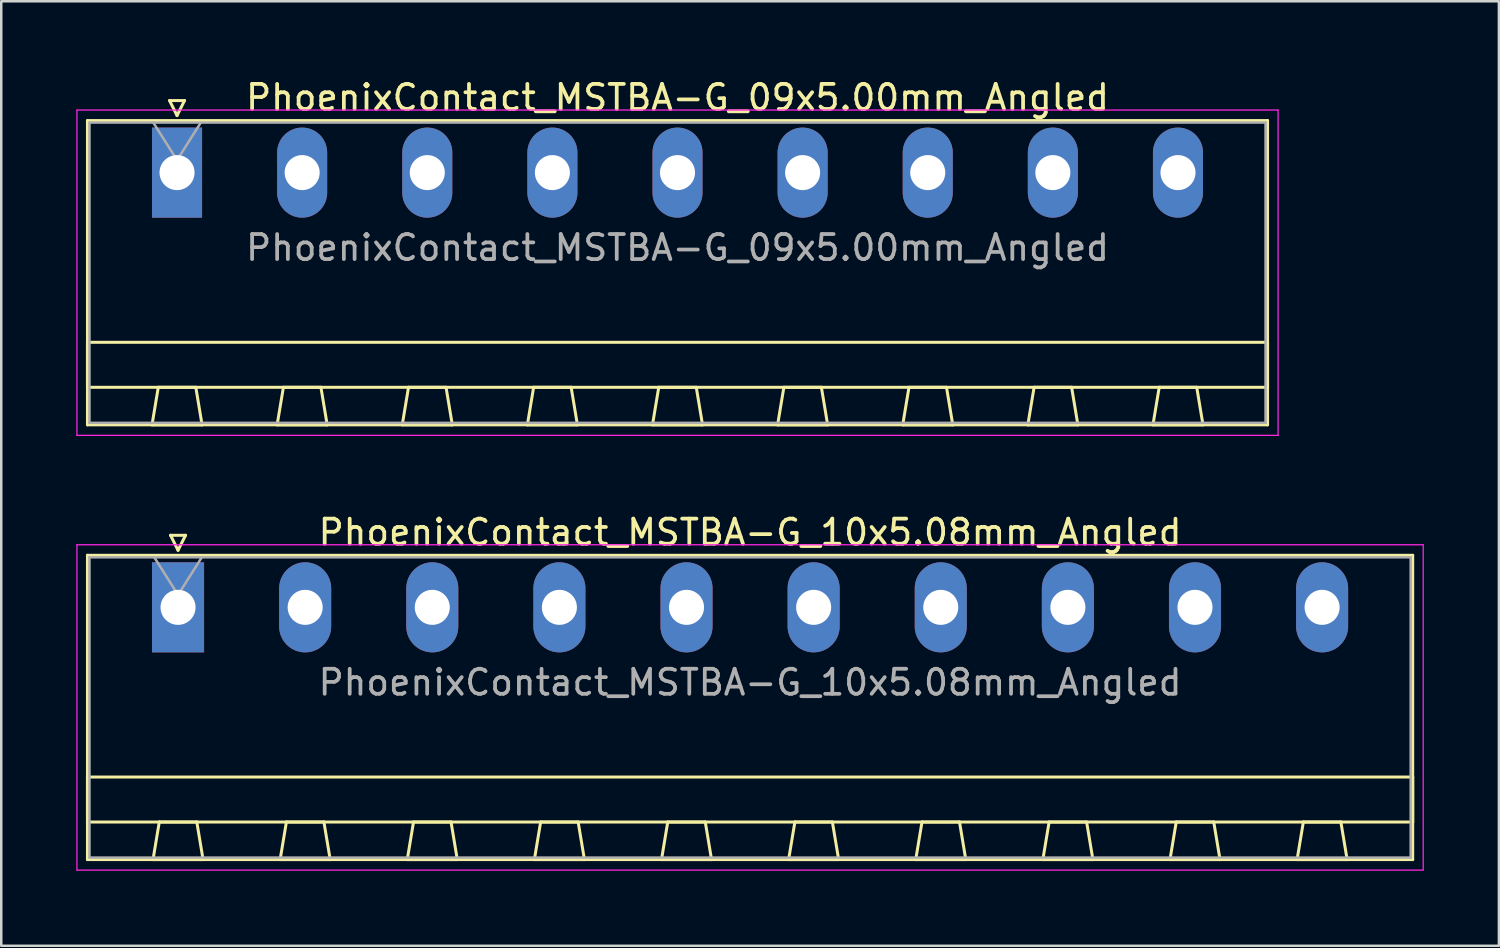
<source format=kicad_pcb>
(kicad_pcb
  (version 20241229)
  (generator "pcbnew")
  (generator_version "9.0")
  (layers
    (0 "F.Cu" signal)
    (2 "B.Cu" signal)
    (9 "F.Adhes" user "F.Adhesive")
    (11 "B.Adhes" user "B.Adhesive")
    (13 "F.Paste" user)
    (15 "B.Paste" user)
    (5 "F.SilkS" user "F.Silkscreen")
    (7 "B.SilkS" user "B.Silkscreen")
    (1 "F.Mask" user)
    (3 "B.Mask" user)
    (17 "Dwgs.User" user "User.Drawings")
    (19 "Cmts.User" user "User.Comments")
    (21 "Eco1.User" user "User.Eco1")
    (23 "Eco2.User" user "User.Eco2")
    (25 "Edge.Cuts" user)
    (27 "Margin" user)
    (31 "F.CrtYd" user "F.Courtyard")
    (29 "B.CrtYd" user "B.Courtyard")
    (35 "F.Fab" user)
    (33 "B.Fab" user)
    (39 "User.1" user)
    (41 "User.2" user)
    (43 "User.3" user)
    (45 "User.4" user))
  (footprint "PhoenixContact_MSTBA-G_09x5.00mm_Angled"
    (layer "F.Cu")
    (at 4.025 3.848)
    (property "Reference" "PhoenixContact_MSTBA-G_09x5.00mm_Angled" (at 20 -3 0) (layer "F.SilkS") (effects (font (size 1 1) (thickness 0.15))))
    (attr through_hole)
    (fp_line (start -3.58 -2.08) (end -3.58 10.08) (stroke (width 0.12) (type solid)) (layer "F.SilkS"))
    (fp_line (start -3.58 6.78) (end 43.58 6.78) (stroke (width 0.12) (type solid)) (layer "F.SilkS"))
    (fp_line (start -3.58 8.58) (end -3.58 6.78) (stroke (width 0.12) (type solid)) (layer "F.SilkS"))
    (fp_line (start -3.58 10.08) (end 43.58 10.08) (stroke (width 0.12) (type solid)) (layer "F.SilkS"))
    (fp_line (start -1 10.08) (end 1 10.08) (stroke (width 0.12) (type solid)) (layer "F.SilkS"))
    (fp_line (start -0.75 8.58) (end -1 10.08) (stroke (width 0.12) (type solid)) (layer "F.SilkS"))
    (fp_line (start -0.3 -2.88) (end 0.3 -2.88) (stroke (width 0.12) (type solid)) (layer "F.SilkS"))
    (fp_line (start 0 -2.28) (end -0.3 -2.88) (stroke (width 0.12) (type solid)) (layer "F.SilkS"))
    (fp_line (start 0.3 -2.88) (end 0 -2.28) (stroke (width 0.12) (type solid)) (layer "F.SilkS"))
    (fp_line (start 0.75 8.58) (end -0.75 8.58) (stroke (width 0.12) (type solid)) (layer "F.SilkS"))
    (fp_line (start 1 10.08) (end 0.75 8.58) (stroke (width 0.12) (type solid)) (layer "F.SilkS"))
    (fp_line (start 4 10.08) (end 6 10.08) (stroke (width 0.12) (type solid)) (layer "F.SilkS"))
    (fp_line (start 4.25 8.58) (end 4 10.08) (stroke (width 0.12) (type solid)) (layer "F.SilkS"))
    (fp_line (start 5.75 8.58) (end 4.25 8.58) (stroke (width 0.12) (type solid)) (layer "F.SilkS"))
    (fp_line (start 6 10.08) (end 5.75 8.58) (stroke (width 0.12) (type solid)) (layer "F.SilkS"))
    (fp_line (start 9 10.08) (end 11 10.08) (stroke (width 0.12) (type solid)) (layer "F.SilkS"))
    (fp_line (start 9.25 8.58) (end 9 10.08) (stroke (width 0.12) (type solid)) (layer "F.SilkS"))
    (fp_line (start 10.75 8.58) (end 9.25 8.58) (stroke (width 0.12) (type solid)) (layer "F.SilkS"))
    (fp_line (start 11 10.08) (end 10.75 8.58) (stroke (width 0.12) (type solid)) (layer "F.SilkS"))
    (fp_line (start 14 10.08) (end 16 10.08) (stroke (width 0.12) (type solid)) (layer "F.SilkS"))
    (fp_line (start 14.25 8.58) (end 14 10.08) (stroke (width 0.12) (type solid)) (layer "F.SilkS"))
    (fp_line (start 15.75 8.58) (end 14.25 8.58) (stroke (width 0.12) (type solid)) (layer "F.SilkS"))
    (fp_line (start 16 10.08) (end 15.75 8.58) (stroke (width 0.12) (type solid)) (layer "F.SilkS"))
    (fp_line (start 19 10.08) (end 21 10.08) (stroke (width 0.12) (type solid)) (layer "F.SilkS"))
    (fp_line (start 19.25 8.58) (end 19 10.08) (stroke (width 0.12) (type solid)) (layer "F.SilkS"))
    (fp_line (start 20.75 8.58) (end 19.25 8.58) (stroke (width 0.12) (type solid)) (layer "F.SilkS"))
    (fp_line (start 21 10.08) (end 20.75 8.58) (stroke (width 0.12) (type solid)) (layer "F.SilkS"))
    (fp_line (start 24 10.08) (end 26 10.08) (stroke (width 0.12) (type solid)) (layer "F.SilkS"))
    (fp_line (start 24.25 8.58) (end 24 10.08) (stroke (width 0.12) (type solid)) (layer "F.SilkS"))
    (fp_line (start 25.75 8.58) (end 24.25 8.58) (stroke (width 0.12) (type solid)) (layer "F.SilkS"))
    (fp_line (start 26 10.08) (end 25.75 8.58) (stroke (width 0.12) (type solid)) (layer "F.SilkS"))
    (fp_line (start 29 10.08) (end 31 10.08) (stroke (width 0.12) (type solid)) (layer "F.SilkS"))
    (fp_line (start 29.25 8.58) (end 29 10.08) (stroke (width 0.12) (type solid)) (layer "F.SilkS"))
    (fp_line (start 30.75 8.58) (end 29.25 8.58) (stroke (width 0.12) (type solid)) (layer "F.SilkS"))
    (fp_line (start 31 10.08) (end 30.75 8.58) (stroke (width 0.12) (type solid)) (layer "F.SilkS"))
    (fp_line (start 34 10.08) (end 36 10.08) (stroke (width 0.12) (type solid)) (layer "F.SilkS"))
    (fp_line (start 34.25 8.58) (end 34 10.08) (stroke (width 0.12) (type solid)) (layer "F.SilkS"))
    (fp_line (start 35.75 8.58) (end 34.25 8.58) (stroke (width 0.12) (type solid)) (layer "F.SilkS"))
    (fp_line (start 36 10.08) (end 35.75 8.58) (stroke (width 0.12) (type solid)) (layer "F.SilkS"))
    (fp_line (start 39 10.08) (end 41 10.08) (stroke (width 0.12) (type solid)) (layer "F.SilkS"))
    (fp_line (start 39.25 8.58) (end 39 10.08) (stroke (width 0.12) (type solid)) (layer "F.SilkS"))
    (fp_line (start 40.75 8.58) (end 39.25 8.58) (stroke (width 0.12) (type solid)) (layer "F.SilkS"))
    (fp_line (start 41 10.08) (end 40.75 8.58) (stroke (width 0.12) (type solid)) (layer "F.SilkS"))
    (fp_line (start 43.58 -2.08) (end -3.58 -2.08) (stroke (width 0.12) (type solid)) (layer "F.SilkS"))
    (fp_line (start 43.58 6.78) (end 43.58 8.58) (stroke (width 0.12) (type solid)) (layer "F.SilkS"))
    (fp_line (start 43.58 8.58) (end -3.58 8.58) (stroke (width 0.12) (type solid)) (layer "F.SilkS"))
    (fp_line (start 43.58 10.08) (end 43.58 -2.08) (stroke (width 0.12) (type solid)) (layer "F.SilkS"))
    (fp_line (start -4 -2.5) (end -4 10.5) (stroke (width 0.05) (type solid)) (layer "F.CrtYd"))
    (fp_line (start -4 10.5) (end 44 10.5) (stroke (width 0.05) (type solid)) (layer "F.CrtYd"))
    (fp_line (start 44 -2.5) (end -4 -2.5) (stroke (width 0.05) (type solid)) (layer "F.CrtYd"))
    (fp_line (start 44 10.5) (end 44 -2.5) (stroke (width 0.05) (type solid)) (layer "F.CrtYd"))
    (fp_line (start -3.5 -2) (end -3.5 10) (stroke (width 0.1) (type solid)) (layer "F.Fab"))
    (fp_line (start -3.5 10) (end 43.5 10) (stroke (width 0.1) (type solid)) (layer "F.Fab"))
    (fp_line (start 0 -0.5) (end -0.95 -2) (stroke (width 0.1) (type solid)) (layer "F.Fab"))
    (fp_line (start 0.95 -2) (end 0 -0.5) (stroke (width 0.1) (type solid)) (layer "F.Fab"))
    (fp_line (start 43.5 -2) (end -3.5 -2) (stroke (width 0.1) (type solid)) (layer "F.Fab"))
    (fp_line (start 43.5 10) (end 43.5 -2) (stroke (width 0.1) (type solid)) (layer "F.Fab"))
    (fp_text user "${REFERENCE}" (at 20 3 0) (layer "F.Fab") (effects (font (size 1 1) (thickness 0.15))))
    (pad "1" thru_hole rect (at 0 0) (size 2 3.6) (drill 1.4) (layers "*.Cu" "*.Mask"))
    (pad "2" thru_hole oval (at 5 0) (size 2 3.6) (drill 1.4) (layers "*.Cu" "*.Mask"))
    (pad "3" thru_hole oval (at 10 0) (size 2 3.6) (drill 1.4) (layers "*.Cu" "*.Mask"))
    (pad "4" thru_hole oval (at 15 0) (size 2 3.6) (drill 1.4) (layers "*.Cu" "*.Mask"))
    (pad "5" thru_hole oval (at 20 0) (size 2 3.6) (drill 1.4) (layers "*.Cu" "*.Mask"))
    (pad "6" thru_hole oval (at 25 0) (size 2 3.6) (drill 1.4) (layers "*.Cu" "*.Mask"))
    (pad "7" thru_hole oval (at 30 0) (size 2 3.6) (drill 1.4) (layers "*.Cu" "*.Mask"))
    (pad "8" thru_hole oval (at 35 0) (size 2 3.6) (drill 1.4) (layers "*.Cu" "*.Mask"))
    (pad "9" thru_hole oval (at 40 0) (size 2 3.6) (drill 1.4) (layers "*.Cu" "*.Mask")))
  (footprint "PhoenixContact_MSTBA-G_10x5.08mm_Angled"
    (layer "F.Cu")
    (at 4.065 21.221)
    (property "Reference" "PhoenixContact_MSTBA-G_10x5.08mm_Angled" (at 22.86 -3 0) (layer "F.SilkS") (effects (font (size 1 1) (thickness 0.15))))
    (attr through_hole)
    (fp_line (start -3.62 -2.08) (end -3.62 10.08) (stroke (width 0.12) (type solid)) (layer "F.SilkS"))
    (fp_line (start -3.62 6.78) (end 49.34 6.78) (stroke (width 0.12) (type solid)) (layer "F.SilkS"))
    (fp_line (start -3.62 8.58) (end -3.62 6.78) (stroke (width 0.12) (type solid)) (layer "F.SilkS"))
    (fp_line (start -3.62 10.08) (end 49.34 10.08) (stroke (width 0.12) (type solid)) (layer "F.SilkS"))
    (fp_line (start -1 10.08) (end 1 10.08) (stroke (width 0.12) (type solid)) (layer "F.SilkS"))
    (fp_line (start -0.75 8.58) (end -1 10.08) (stroke (width 0.12) (type solid)) (layer "F.SilkS"))
    (fp_line (start -0.3 -2.88) (end 0.3 -2.88) (stroke (width 0.12) (type solid)) (layer "F.SilkS"))
    (fp_line (start 0 -2.28) (end -0.3 -2.88) (stroke (width 0.12) (type solid)) (layer "F.SilkS"))
    (fp_line (start 0.3 -2.88) (end 0 -2.28) (stroke (width 0.12) (type solid)) (layer "F.SilkS"))
    (fp_line (start 0.75 8.58) (end -0.75 8.58) (stroke (width 0.12) (type solid)) (layer "F.SilkS"))
    (fp_line (start 1 10.08) (end 0.75 8.58) (stroke (width 0.12) (type solid)) (layer "F.SilkS"))
    (fp_line (start 4.08 10.08) (end 6.08 10.08) (stroke (width 0.12) (type solid)) (layer "F.SilkS"))
    (fp_line (start 4.33 8.58) (end 4.08 10.08) (stroke (width 0.12) (type solid)) (layer "F.SilkS"))
    (fp_line (start 5.83 8.58) (end 4.33 8.58) (stroke (width 0.12) (type solid)) (layer "F.SilkS"))
    (fp_line (start 6.08 10.08) (end 5.83 8.58) (stroke (width 0.12) (type solid)) (layer "F.SilkS"))
    (fp_line (start 9.16 10.08) (end 11.16 10.08) (stroke (width 0.12) (type solid)) (layer "F.SilkS"))
    (fp_line (start 9.41 8.58) (end 9.16 10.08) (stroke (width 0.12) (type solid)) (layer "F.SilkS"))
    (fp_line (start 10.91 8.58) (end 9.41 8.58) (stroke (width 0.12) (type solid)) (layer "F.SilkS"))
    (fp_line (start 11.16 10.08) (end 10.91 8.58) (stroke (width 0.12) (type solid)) (layer "F.SilkS"))
    (fp_line (start 14.24 10.08) (end 16.24 10.08) (stroke (width 0.12) (type solid)) (layer "F.SilkS"))
    (fp_line (start 14.49 8.58) (end 14.24 10.08) (stroke (width 0.12) (type solid)) (layer "F.SilkS"))
    (fp_line (start 15.99 8.58) (end 14.49 8.58) (stroke (width 0.12) (type solid)) (layer "F.SilkS"))
    (fp_line (start 16.24 10.08) (end 15.99 8.58) (stroke (width 0.12) (type solid)) (layer "F.SilkS"))
    (fp_line (start 19.32 10.08) (end 21.32 10.08) (stroke (width 0.12) (type solid)) (layer "F.SilkS"))
    (fp_line (start 19.57 8.58) (end 19.32 10.08) (stroke (width 0.12) (type solid)) (layer "F.SilkS"))
    (fp_line (start 21.07 8.58) (end 19.57 8.58) (stroke (width 0.12) (type solid)) (layer "F.SilkS"))
    (fp_line (start 21.32 10.08) (end 21.07 8.58) (stroke (width 0.12) (type solid)) (layer "F.SilkS"))
    (fp_line (start 24.4 10.08) (end 26.4 10.08) (stroke (width 0.12) (type solid)) (layer "F.SilkS"))
    (fp_line (start 24.65 8.58) (end 24.4 10.08) (stroke (width 0.12) (type solid)) (layer "F.SilkS"))
    (fp_line (start 26.15 8.58) (end 24.65 8.58) (stroke (width 0.12) (type solid)) (layer "F.SilkS"))
    (fp_line (start 26.4 10.08) (end 26.15 8.58) (stroke (width 0.12) (type solid)) (layer "F.SilkS"))
    (fp_line (start 29.48 10.08) (end 31.48 10.08) (stroke (width 0.12) (type solid)) (layer "F.SilkS"))
    (fp_line (start 29.73 8.58) (end 29.48 10.08) (stroke (width 0.12) (type solid)) (layer "F.SilkS"))
    (fp_line (start 31.23 8.58) (end 29.73 8.58) (stroke (width 0.12) (type solid)) (layer "F.SilkS"))
    (fp_line (start 31.48 10.08) (end 31.23 8.58) (stroke (width 0.12) (type solid)) (layer "F.SilkS"))
    (fp_line (start 34.56 10.08) (end 36.56 10.08) (stroke (width 0.12) (type solid)) (layer "F.SilkS"))
    (fp_line (start 34.81 8.58) (end 34.56 10.08) (stroke (width 0.12) (type solid)) (layer "F.SilkS"))
    (fp_line (start 36.31 8.58) (end 34.81 8.58) (stroke (width 0.12) (type solid)) (layer "F.SilkS"))
    (fp_line (start 36.56 10.08) (end 36.31 8.58) (stroke (width 0.12) (type solid)) (layer "F.SilkS"))
    (fp_line (start 39.64 10.08) (end 41.64 10.08) (stroke (width 0.12) (type solid)) (layer "F.SilkS"))
    (fp_line (start 39.89 8.58) (end 39.64 10.08) (stroke (width 0.12) (type solid)) (layer "F.SilkS"))
    (fp_line (start 41.39 8.58) (end 39.89 8.58) (stroke (width 0.12) (type solid)) (layer "F.SilkS"))
    (fp_line (start 41.64 10.08) (end 41.39 8.58) (stroke (width 0.12) (type solid)) (layer "F.SilkS"))
    (fp_line (start 44.72 10.08) (end 46.72 10.08) (stroke (width 0.12) (type solid)) (layer "F.SilkS"))
    (fp_line (start 44.97 8.58) (end 44.72 10.08) (stroke (width 0.12) (type solid)) (layer "F.SilkS"))
    (fp_line (start 46.47 8.58) (end 44.97 8.58) (stroke (width 0.12) (type solid)) (layer "F.SilkS"))
    (fp_line (start 46.72 10.08) (end 46.47 8.58) (stroke (width 0.12) (type solid)) (layer "F.SilkS"))
    (fp_line (start 49.34 -2.08) (end -3.62 -2.08) (stroke (width 0.12) (type solid)) (layer "F.SilkS"))
    (fp_line (start 49.34 6.78) (end 49.34 8.58) (stroke (width 0.12) (type solid)) (layer "F.SilkS"))
    (fp_line (start 49.34 8.58) (end -3.62 8.58) (stroke (width 0.12) (type solid)) (layer "F.SilkS"))
    (fp_line (start 49.34 10.08) (end 49.34 -2.08) (stroke (width 0.12) (type solid)) (layer "F.SilkS"))
    (fp_line (start -4.04 -2.5) (end -4.04 10.5) (stroke (width 0.05) (type solid)) (layer "F.CrtYd"))
    (fp_line (start -4.04 10.5) (end 49.76 10.5) (stroke (width 0.05) (type solid)) (layer "F.CrtYd"))
    (fp_line (start 49.76 -2.5) (end -4.04 -2.5) (stroke (width 0.05) (type solid)) (layer "F.CrtYd"))
    (fp_line (start 49.76 10.5) (end 49.76 -2.5) (stroke (width 0.05) (type solid)) (layer "F.CrtYd"))
    (fp_line (start -3.54 -2) (end -3.54 10) (stroke (width 0.1) (type solid)) (layer "F.Fab"))
    (fp_line (start -3.54 10) (end 49.26 10) (stroke (width 0.1) (type solid)) (layer "F.Fab"))
    (fp_line (start 0 -0.5) (end -0.95 -2) (stroke (width 0.1) (type solid)) (layer "F.Fab"))
    (fp_line (start 0.95 -2) (end 0 -0.5) (stroke (width 0.1) (type solid)) (layer "F.Fab"))
    (fp_line (start 49.26 -2) (end -3.54 -2) (stroke (width 0.1) (type solid)) (layer "F.Fab"))
    (fp_line (start 49.26 10) (end 49.26 -2) (stroke (width 0.1) (type solid)) (layer "F.Fab"))
    (fp_text user "${REFERENCE}" (at 22.86 3 0) (layer "F.Fab") (effects (font (size 1 1) (thickness 0.15))))
    (pad "1" thru_hole rect (at 0 0) (size 2.08 3.6) (drill 1.4) (layers "*.Cu" "*.Mask"))
    (pad "2" thru_hole oval (at 5.08 0) (size 2.08 3.6) (drill 1.4) (layers "*.Cu" "*.Mask"))
    (pad "3" thru_hole oval (at 10.16 0) (size 2.08 3.6) (drill 1.4) (layers "*.Cu" "*.Mask"))
    (pad "4" thru_hole oval (at 15.24 0) (size 2.08 3.6) (drill 1.4) (layers "*.Cu" "*.Mask"))
    (pad "5" thru_hole oval (at 20.32 0) (size 2.08 3.6) (drill 1.4) (layers "*.Cu" "*.Mask"))
    (pad "6" thru_hole oval (at 25.4 0) (size 2.08 3.6) (drill 1.4) (layers "*.Cu" "*.Mask"))
    (pad "7" thru_hole oval (at 30.48 0) (size 2.08 3.6) (drill 1.4) (layers "*.Cu" "*.Mask"))
    (pad "8" thru_hole oval (at 35.56 0) (size 2.08 3.6) (drill 1.4) (layers "*.Cu" "*.Mask"))
    (pad "9" thru_hole oval (at 40.64 0) (size 2.08 3.6) (drill 1.4) (layers "*.Cu" "*.Mask"))
    (pad "10" thru_hole oval (at 45.72 0) (size 2.08 3.6) (drill 1.4) (layers "*.Cu" "*.Mask")))
  (gr_rect
    (start -3 -3)
    (end 56.85 34.746)
    (stroke (width 0.1) (type default))
    (fill no)
    (layer "Edge.Cuts")))
</source>
